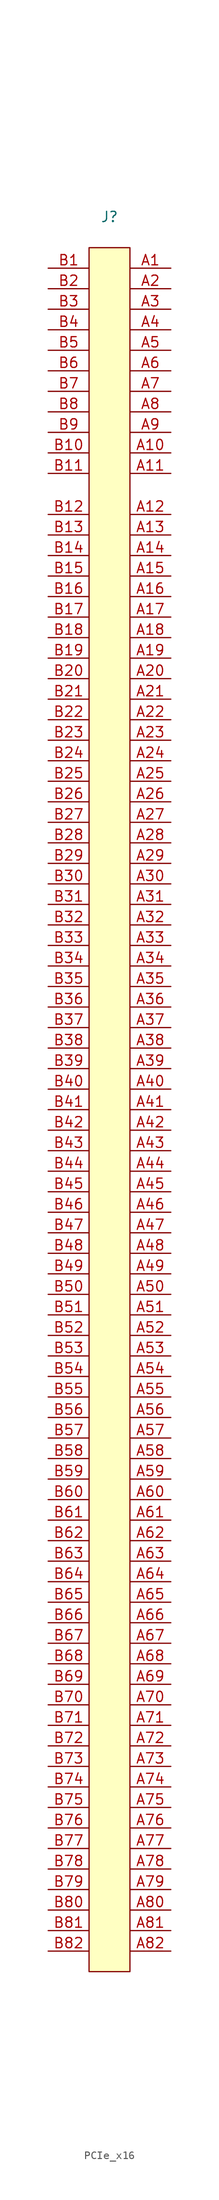
<source format=kicad_sym>
(kicad_symbol_lib
  (version 20231120)
  (generator "kicad_symbol_editor")
  (generator_version "8.0")
  (symbol "PCIe_x16"
    (property "Reference" "J"
      (at 0 3.81 0)
      (effects (font (size 1.27 1.27))))
    (property "Value" ""
      (at 0 0 0)
      (effects (font (size 1.27 1.27))))
    (symbol "PCIe_x16_1_1"
      (rectangle (start -2.54 0) (end 2.54 -213.36) (stroke (width 0) (type default)) (fill (type background)))
      (pin passive line (at 7.62 -2.54 180) (length 5.08) (name "" (effects (font (size 1.27 1.27)))) (number "A1" (effects (font (size 1.27 1.27)))))
      (pin passive line (at 7.62 -25.4 180) (length 5.08) (name "" (effects (font (size 1.27 1.27)))) (number "A10" (effects (font (size 1.27 1.27)))))
      (pin passive line (at 7.62 -27.94 180) (length 5.08) (name "" (effects (font (size 1.27 1.27)))) (number "A11" (effects (font (size 1.27 1.27)))))
      (pin passive line (at 7.62 -33.02 180) (length 5.08) (name "" (effects (font (size 1.27 1.27)))) (number "A12" (effects (font (size 1.27 1.27)))))
      (pin passive line (at 7.62 -35.56 180) (length 5.08) (name "" (effects (font (size 1.27 1.27)))) (number "A13" (effects (font (size 1.27 1.27)))))
      (pin passive line (at 7.62 -38.1 180) (length 5.08) (name "" (effects (font (size 1.27 1.27)))) (number "A14" (effects (font (size 1.27 1.27)))))
      (pin passive line (at 7.62 -40.64 180) (length 5.08) (name "" (effects (font (size 1.27 1.27)))) (number "A15" (effects (font (size 1.27 1.27)))))
      (pin passive line (at 7.62 -43.18 180) (length 5.08) (name "" (effects (font (size 1.27 1.27)))) (number "A16" (effects (font (size 1.27 1.27)))))
      (pin passive line (at 7.62 -45.72 180) (length 5.08) (name "" (effects (font (size 1.27 1.27)))) (number "A17" (effects (font (size 1.27 1.27)))))
      (pin passive line (at 7.62 -48.26 180) (length 5.08) (name "" (effects (font (size 1.27 1.27)))) (number "A18" (effects (font (size 1.27 1.27)))))
      (pin passive line (at 7.62 -50.8 180) (length 5.08) (name "" (effects (font (size 1.27 1.27)))) (number "A19" (effects (font (size 1.27 1.27)))))
      (pin passive line (at 7.62 -5.08 180) (length 5.08) (name "" (effects (font (size 1.27 1.27)))) (number "A2" (effects (font (size 1.27 1.27)))))
      (pin passive line (at 7.62 -53.34 180) (length 5.08) (name "" (effects (font (size 1.27 1.27)))) (number "A20" (effects (font (size 1.27 1.27)))))
      (pin passive line (at 7.62 -55.88 180) (length 5.08) (name "" (effects (font (size 1.27 1.27)))) (number "A21" (effects (font (size 1.27 1.27)))))
      (pin passive line (at 7.62 -58.42 180) (length 5.08) (name "" (effects (font (size 1.27 1.27)))) (number "A22" (effects (font (size 1.27 1.27)))))
      (pin passive line (at 7.62 -60.96 180) (length 5.08) (name "" (effects (font (size 1.27 1.27)))) (number "A23" (effects (font (size 1.27 1.27)))))
      (pin passive line (at 7.62 -63.5 180) (length 5.08) (name "" (effects (font (size 1.27 1.27)))) (number "A24" (effects (font (size 1.27 1.27)))))
      (pin passive line (at 7.62 -66.04 180) (length 5.08) (name "" (effects (font (size 1.27 1.27)))) (number "A25" (effects (font (size 1.27 1.27)))))
      (pin passive line (at 7.62 -68.58 180) (length 5.08) (name "" (effects (font (size 1.27 1.27)))) (number "A26" (effects (font (size 1.27 1.27)))))
      (pin passive line (at 7.62 -71.12 180) (length 5.08) (name "" (effects (font (size 1.27 1.27)))) (number "A27" (effects (font (size 1.27 1.27)))))
      (pin passive line (at 7.62 -73.66 180) (length 5.08) (name "" (effects (font (size 1.27 1.27)))) (number "A28" (effects (font (size 1.27 1.27)))))
      (pin passive line (at 7.62 -76.2 180) (length 5.08) (name "" (effects (font (size 1.27 1.27)))) (number "A29" (effects (font (size 1.27 1.27)))))
      (pin passive line (at 7.62 -7.62 180) (length 5.08) (name "" (effects (font (size 1.27 1.27)))) (number "A3" (effects (font (size 1.27 1.27)))))
      (pin passive line (at 7.62 -78.74 180) (length 5.08) (name "" (effects (font (size 1.27 1.27)))) (number "A30" (effects (font (size 1.27 1.27)))))
      (pin passive line (at 7.62 -81.28 180) (length 5.08) (name "" (effects (font (size 1.27 1.27)))) (number "A31" (effects (font (size 1.27 1.27)))))
      (pin passive line (at 7.62 -83.82 180) (length 5.08) (name "" (effects (font (size 1.27 1.27)))) (number "A32" (effects (font (size 1.27 1.27)))))
      (pin passive line (at 7.62 -86.36 180) (length 5.08) (name "" (effects (font (size 1.27 1.27)))) (number "A33" (effects (font (size 1.27 1.27)))))
      (pin passive line (at 7.62 -88.9 180) (length 5.08) (name "" (effects (font (size 1.27 1.27)))) (number "A34" (effects (font (size 1.27 1.27)))))
      (pin passive line (at 7.62 -91.44 180) (length 5.08) (name "" (effects (font (size 1.27 1.27)))) (number "A35" (effects (font (size 1.27 1.27)))))
      (pin passive line (at 7.62 -93.98 180) (length 5.08) (name "" (effects (font (size 1.27 1.27)))) (number "A36" (effects (font (size 1.27 1.27)))))
      (pin passive line (at 7.62 -96.52 180) (length 5.08) (name "" (effects (font (size 1.27 1.27)))) (number "A37" (effects (font (size 1.27 1.27)))))
      (pin passive line (at 7.62 -99.06 180) (length 5.08) (name "" (effects (font (size 1.27 1.27)))) (number "A38" (effects (font (size 1.27 1.27)))))
      (pin passive line (at 7.62 -101.6 180) (length 5.08) (name "" (effects (font (size 1.27 1.27)))) (number "A39" (effects (font (size 1.27 1.27)))))
      (pin passive line (at 7.62 -10.16 180) (length 5.08) (name "" (effects (font (size 1.27 1.27)))) (number "A4" (effects (font (size 1.27 1.27)))))
      (pin passive line (at 7.62 -104.14 180) (length 5.08) (name "" (effects (font (size 1.27 1.27)))) (number "A40" (effects (font (size 1.27 1.27)))))
      (pin passive line (at 7.62 -106.68 180) (length 5.08) (name "" (effects (font (size 1.27 1.27)))) (number "A41" (effects (font (size 1.27 1.27)))))
      (pin passive line (at 7.62 -109.22 180) (length 5.08) (name "" (effects (font (size 1.27 1.27)))) (number "A42" (effects (font (size 1.27 1.27)))))
      (pin passive line (at 7.62 -111.76 180) (length 5.08) (name "" (effects (font (size 1.27 1.27)))) (number "A43" (effects (font (size 1.27 1.27)))))
      (pin passive line (at 7.62 -114.3 180) (length 5.08) (name "" (effects (font (size 1.27 1.27)))) (number "A44" (effects (font (size 1.27 1.27)))))
      (pin passive line (at 7.62 -116.84 180) (length 5.08) (name "" (effects (font (size 1.27 1.27)))) (number "A45" (effects (font (size 1.27 1.27)))))
      (pin passive line (at 7.62 -119.38 180) (length 5.08) (name "" (effects (font (size 1.27 1.27)))) (number "A46" (effects (font (size 1.27 1.27)))))
      (pin passive line (at 7.62 -121.92 180) (length 5.08) (name "" (effects (font (size 1.27 1.27)))) (number "A47" (effects (font (size 1.27 1.27)))))
      (pin passive line (at 7.62 -124.46 180) (length 5.08) (name "" (effects (font (size 1.27 1.27)))) (number "A48" (effects (font (size 1.27 1.27)))))
      (pin passive line (at 7.62 -127 180) (length 5.08) (name "" (effects (font (size 1.27 1.27)))) (number "A49" (effects (font (size 1.27 1.27)))))
      (pin passive line (at 7.62 -12.7 180) (length 5.08) (name "" (effects (font (size 1.27 1.27)))) (number "A5" (effects (font (size 1.27 1.27)))))
      (pin passive line (at 7.62 -129.54 180) (length 5.08) (name "" (effects (font (size 1.27 1.27)))) (number "A50" (effects (font (size 1.27 1.27)))))
      (pin passive line (at 7.62 -132.08 180) (length 5.08) (name "" (effects (font (size 1.27 1.27)))) (number "A51" (effects (font (size 1.27 1.27)))))
      (pin passive line (at 7.62 -134.62 180) (length 5.08) (name "" (effects (font (size 1.27 1.27)))) (number "A52" (effects (font (size 1.27 1.27)))))
      (pin passive line (at 7.62 -137.16 180) (length 5.08) (name "" (effects (font (size 1.27 1.27)))) (number "A53" (effects (font (size 1.27 1.27)))))
      (pin passive line (at 7.62 -139.7 180) (length 5.08) (name "" (effects (font (size 1.27 1.27)))) (number "A54" (effects (font (size 1.27 1.27)))))
      (pin passive line (at 7.62 -142.24 180) (length 5.08) (name "" (effects (font (size 1.27 1.27)))) (number "A55" (effects (font (size 1.27 1.27)))))
      (pin passive line (at 7.62 -144.78 180) (length 5.08) (name "" (effects (font (size 1.27 1.27)))) (number "A56" (effects (font (size 1.27 1.27)))))
      (pin passive line (at 7.62 -147.32 180) (length 5.08) (name "" (effects (font (size 1.27 1.27)))) (number "A57" (effects (font (size 1.27 1.27)))))
      (pin passive line (at 7.62 -149.86 180) (length 5.08) (name "" (effects (font (size 1.27 1.27)))) (number "A58" (effects (font (size 1.27 1.27)))))
      (pin passive line (at 7.62 -152.4 180) (length 5.08) (name "" (effects (font (size 1.27 1.27)))) (number "A59" (effects (font (size 1.27 1.27)))))
      (pin passive line (at 7.62 -15.24 180) (length 5.08) (name "" (effects (font (size 1.27 1.27)))) (number "A6" (effects (font (size 1.27 1.27)))))
      (pin passive line (at 7.62 -154.94 180) (length 5.08) (name "" (effects (font (size 1.27 1.27)))) (number "A60" (effects (font (size 1.27 1.27)))))
      (pin passive line (at 7.62 -157.48 180) (length 5.08) (name "" (effects (font (size 1.27 1.27)))) (number "A61" (effects (font (size 1.27 1.27)))))
      (pin passive line (at 7.62 -160.02 180) (length 5.08) (name "" (effects (font (size 1.27 1.27)))) (number "A62" (effects (font (size 1.27 1.27)))))
      (pin passive line (at 7.62 -162.56 180) (length 5.08) (name "" (effects (font (size 1.27 1.27)))) (number "A63" (effects (font (size 1.27 1.27)))))
      (pin passive line (at 7.62 -165.1 180) (length 5.08) (name "" (effects (font (size 1.27 1.27)))) (number "A64" (effects (font (size 1.27 1.27)))))
      (pin passive line (at 7.62 -167.64 180) (length 5.08) (name "" (effects (font (size 1.27 1.27)))) (number "A65" (effects (font (size 1.27 1.27)))))
      (pin passive line (at 7.62 -170.18 180) (length 5.08) (name "" (effects (font (size 1.27 1.27)))) (number "A66" (effects (font (size 1.27 1.27)))))
      (pin passive line (at 7.62 -172.72 180) (length 5.08) (name "" (effects (font (size 1.27 1.27)))) (number "A67" (effects (font (size 1.27 1.27)))))
      (pin passive line (at 7.62 -175.26 180) (length 5.08) (name "" (effects (font (size 1.27 1.27)))) (number "A68" (effects (font (size 1.27 1.27)))))
      (pin passive line (at 7.62 -177.8 180) (length 5.08) (name "" (effects (font (size 1.27 1.27)))) (number "A69" (effects (font (size 1.27 1.27)))))
      (pin passive line (at 7.62 -17.78 180) (length 5.08) (name "" (effects (font (size 1.27 1.27)))) (number "A7" (effects (font (size 1.27 1.27)))))
      (pin passive line (at 7.62 -180.34 180) (length 5.08) (name "" (effects (font (size 1.27 1.27)))) (number "A70" (effects (font (size 1.27 1.27)))))
      (pin passive line (at 7.62 -182.88 180) (length 5.08) (name "" (effects (font (size 1.27 1.27)))) (number "A71" (effects (font (size 1.27 1.27)))))
      (pin passive line (at 7.62 -185.42 180) (length 5.08) (name "" (effects (font (size 1.27 1.27)))) (number "A72" (effects (font (size 1.27 1.27)))))
      (pin passive line (at 7.62 -187.96 180) (length 5.08) (name "" (effects (font (size 1.27 1.27)))) (number "A73" (effects (font (size 1.27 1.27)))))
      (pin passive line (at 7.62 -190.5 180) (length 5.08) (name "" (effects (font (size 1.27 1.27)))) (number "A74" (effects (font (size 1.27 1.27)))))
      (pin passive line (at 7.62 -193.04 180) (length 5.08) (name "" (effects (font (size 1.27 1.27)))) (number "A75" (effects (font (size 1.27 1.27)))))
      (pin passive line (at 7.62 -195.58 180) (length 5.08) (name "" (effects (font (size 1.27 1.27)))) (number "A76" (effects (font (size 1.27 1.27)))))
      (pin passive line (at 7.62 -198.12 180) (length 5.08) (name "" (effects (font (size 1.27 1.27)))) (number "A77" (effects (font (size 1.27 1.27)))))
      (pin passive line (at 7.62 -200.66 180) (length 5.08) (name "" (effects (font (size 1.27 1.27)))) (number "A78" (effects (font (size 1.27 1.27)))))
      (pin passive line (at 7.62 -203.2 180) (length 5.08) (name "" (effects (font (size 1.27 1.27)))) (number "A79" (effects (font (size 1.27 1.27)))))
      (pin passive line (at 7.62 -20.32 180) (length 5.08) (name "" (effects (font (size 1.27 1.27)))) (number "A8" (effects (font (size 1.27 1.27)))))
      (pin passive line (at 7.62 -205.74 180) (length 5.08) (name "" (effects (font (size 1.27 1.27)))) (number "A80" (effects (font (size 1.27 1.27)))))
      (pin passive line (at 7.62 -208.28 180) (length 5.08) (name "" (effects (font (size 1.27 1.27)))) (number "A81" (effects (font (size 1.27 1.27)))))
      (pin passive line (at 7.62 -210.82 180) (length 5.08) (name "" (effects (font (size 1.27 1.27)))) (number "A82" (effects (font (size 1.27 1.27)))))
      (pin passive line (at 7.62 -22.86 180) (length 5.08) (name "" (effects (font (size 1.27 1.27)))) (number "A9" (effects (font (size 1.27 1.27)))))
      (pin passive line (at -7.62 -2.54 0) (length 5.08) (name "" (effects (font (size 1.27 1.27)))) (number "B1" (effects (font (size 1.27 1.27)))))
      (pin passive line (at -7.62 -25.4 0) (length 5.08) (name "" (effects (font (size 1.27 1.27)))) (number "B10" (effects (font (size 1.27 1.27)))))
      (pin passive line (at -7.62 -27.94 0) (length 5.08) (name "" (effects (font (size 1.27 1.27)))) (number "B11" (effects (font (size 1.27 1.27)))))
      (pin passive line (at -7.62 -33.02 0) (length 5.08) (name "" (effects (font (size 1.27 1.27)))) (number "B12" (effects (font (size 1.27 1.27)))))
      (pin passive line (at -7.62 -35.56 0) (length 5.08) (name "" (effects (font (size 1.27 1.27)))) (number "B13" (effects (font (size 1.27 1.27)))))
      (pin passive line (at -7.62 -38.1 0) (length 5.08) (name "" (effects (font (size 1.27 1.27)))) (number "B14" (effects (font (size 1.27 1.27)))))
      (pin passive line (at -7.62 -40.64 0) (length 5.08) (name "" (effects (font (size 1.27 1.27)))) (number "B15" (effects (font (size 1.27 1.27)))))
      (pin passive line (at -7.62 -43.18 0) (length 5.08) (name "" (effects (font (size 1.27 1.27)))) (number "B16" (effects (font (size 1.27 1.27)))))
      (pin passive line (at -7.62 -45.72 0) (length 5.08) (name "" (effects (font (size 1.27 1.27)))) (number "B17" (effects (font (size 1.27 1.27)))))
      (pin passive line (at -7.62 -48.26 0) (length 5.08) (name "" (effects (font (size 1.27 1.27)))) (number "B18" (effects (font (size 1.27 1.27)))))
      (pin passive line (at -7.62 -50.8 0) (length 5.08) (name "" (effects (font (size 1.27 1.27)))) (number "B19" (effects (font (size 1.27 1.27)))))
      (pin passive line (at -7.62 -5.08 0) (length 5.08) (name "" (effects (font (size 1.27 1.27)))) (number "B2" (effects (font (size 1.27 1.27)))))
      (pin passive line (at -7.62 -53.34 0) (length 5.08) (name "" (effects (font (size 1.27 1.27)))) (number "B20" (effects (font (size 1.27 1.27)))))
      (pin passive line (at -7.62 -55.88 0) (length 5.08) (name "" (effects (font (size 1.27 1.27)))) (number "B21" (effects (font (size 1.27 1.27)))))
      (pin passive line (at -7.62 -58.42 0) (length 5.08) (name "" (effects (font (size 1.27 1.27)))) (number "B22" (effects (font (size 1.27 1.27)))))
      (pin passive line (at -7.62 -60.96 0) (length 5.08) (name "" (effects (font (size 1.27 1.27)))) (number "B23" (effects (font (size 1.27 1.27)))))
      (pin passive line (at -7.62 -63.5 0) (length 5.08) (name "" (effects (font (size 1.27 1.27)))) (number "B24" (effects (font (size 1.27 1.27)))))
      (pin passive line (at -7.62 -66.04 0) (length 5.08) (name "" (effects (font (size 1.27 1.27)))) (number "B25" (effects (font (size 1.27 1.27)))))
      (pin passive line (at -7.62 -68.58 0) (length 5.08) (name "" (effects (font (size 1.27 1.27)))) (number "B26" (effects (font (size 1.27 1.27)))))
      (pin passive line (at -7.62 -71.12 0) (length 5.08) (name "" (effects (font (size 1.27 1.27)))) (number "B27" (effects (font (size 1.27 1.27)))))
      (pin passive line (at -7.62 -73.66 0) (length 5.08) (name "" (effects (font (size 1.27 1.27)))) (number "B28" (effects (font (size 1.27 1.27)))))
      (pin passive line (at -7.62 -76.2 0) (length 5.08) (name "" (effects (font (size 1.27 1.27)))) (number "B29" (effects (font (size 1.27 1.27)))))
      (pin passive line (at -7.62 -7.62 0) (length 5.08) (name "" (effects (font (size 1.27 1.27)))) (number "B3" (effects (font (size 1.27 1.27)))))
      (pin passive line (at -7.62 -78.74 0) (length 5.08) (name "" (effects (font (size 1.27 1.27)))) (number "B30" (effects (font (size 1.27 1.27)))))
      (pin passive line (at -7.62 -81.28 0) (length 5.08) (name "" (effects (font (size 1.27 1.27)))) (number "B31" (effects (font (size 1.27 1.27)))))
      (pin passive line (at -7.62 -83.82 0) (length 5.08) (name "" (effects (font (size 1.27 1.27)))) (number "B32" (effects (font (size 1.27 1.27)))))
      (pin passive line (at -7.62 -86.36 0) (length 5.08) (name "" (effects (font (size 1.27 1.27)))) (number "B33" (effects (font (size 1.27 1.27)))))
      (pin passive line (at -7.62 -88.9 0) (length 5.08) (name "" (effects (font (size 1.27 1.27)))) (number "B34" (effects (font (size 1.27 1.27)))))
      (pin passive line (at -7.62 -91.44 0) (length 5.08) (name "" (effects (font (size 1.27 1.27)))) (number "B35" (effects (font (size 1.27 1.27)))))
      (pin passive line (at -7.62 -93.98 0) (length 5.08) (name "" (effects (font (size 1.27 1.27)))) (number "B36" (effects (font (size 1.27 1.27)))))
      (pin passive line (at -7.62 -96.52 0) (length 5.08) (name "" (effects (font (size 1.27 1.27)))) (number "B37" (effects (font (size 1.27 1.27)))))
      (pin passive line (at -7.62 -99.06 0) (length 5.08) (name "" (effects (font (size 1.27 1.27)))) (number "B38" (effects (font (size 1.27 1.27)))))
      (pin passive line (at -7.62 -101.6 0) (length 5.08) (name "" (effects (font (size 1.27 1.27)))) (number "B39" (effects (font (size 1.27 1.27)))))
      (pin passive line (at -7.62 -10.16 0) (length 5.08) (name "" (effects (font (size 1.27 1.27)))) (number "B4" (effects (font (size 1.27 1.27)))))
      (pin passive line (at -7.62 -104.14 0) (length 5.08) (name "" (effects (font (size 1.27 1.27)))) (number "B40" (effects (font (size 1.27 1.27)))))
      (pin passive line (at -7.62 -106.68 0) (length 5.08) (name "" (effects (font (size 1.27 1.27)))) (number "B41" (effects (font (size 1.27 1.27)))))
      (pin passive line (at -7.62 -109.22 0) (length 5.08) (name "" (effects (font (size 1.27 1.27)))) (number "B42" (effects (font (size 1.27 1.27)))))
      (pin passive line (at -7.62 -111.76 0) (length 5.08) (name "" (effects (font (size 1.27 1.27)))) (number "B43" (effects (font (size 1.27 1.27)))))
      (pin passive line (at -7.62 -114.3 0) (length 5.08) (name "" (effects (font (size 1.27 1.27)))) (number "B44" (effects (font (size 1.27 1.27)))))
      (pin passive line (at -7.62 -116.84 0) (length 5.08) (name "" (effects (font (size 1.27 1.27)))) (number "B45" (effects (font (size 1.27 1.27)))))
      (pin passive line (at -7.62 -119.38 0) (length 5.08) (name "" (effects (font (size 1.27 1.27)))) (number "B46" (effects (font (size 1.27 1.27)))))
      (pin passive line (at -7.62 -121.92 0) (length 5.08) (name "" (effects (font (size 1.27 1.27)))) (number "B47" (effects (font (size 1.27 1.27)))))
      (pin passive line (at -7.62 -124.46 0) (length 5.08) (name "" (effects (font (size 1.27 1.27)))) (number "B48" (effects (font (size 1.27 1.27)))))
      (pin passive line (at -7.62 -127 0) (length 5.08) (name "" (effects (font (size 1.27 1.27)))) (number "B49" (effects (font (size 1.27 1.27)))))
      (pin passive line (at -7.62 -12.7 0) (length 5.08) (name "" (effects (font (size 1.27 1.27)))) (number "B5" (effects (font (size 1.27 1.27)))))
      (pin passive line (at -7.62 -129.54 0) (length 5.08) (name "" (effects (font (size 1.27 1.27)))) (number "B50" (effects (font (size 1.27 1.27)))))
      (pin passive line (at -7.62 -132.08 0) (length 5.08) (name "" (effects (font (size 1.27 1.27)))) (number "B51" (effects (font (size 1.27 1.27)))))
      (pin passive line (at -7.62 -134.62 0) (length 5.08) (name "" (effects (font (size 1.27 1.27)))) (number "B52" (effects (font (size 1.27 1.27)))))
      (pin passive line (at -7.62 -137.16 0) (length 5.08) (name "" (effects (font (size 1.27 1.27)))) (number "B53" (effects (font (size 1.27 1.27)))))
      (pin passive line (at -7.62 -139.7 0) (length 5.08) (name "" (effects (font (size 1.27 1.27)))) (number "B54" (effects (font (size 1.27 1.27)))))
      (pin passive line (at -7.62 -142.24 0) (length 5.08) (name "" (effects (font (size 1.27 1.27)))) (number "B55" (effects (font (size 1.27 1.27)))))
      (pin passive line (at -7.62 -144.78 0) (length 5.08) (name "" (effects (font (size 1.27 1.27)))) (number "B56" (effects (font (size 1.27 1.27)))))
      (pin passive line (at -7.62 -147.32 0) (length 5.08) (name "" (effects (font (size 1.27 1.27)))) (number "B57" (effects (font (size 1.27 1.27)))))
      (pin passive line (at -7.62 -149.86 0) (length 5.08) (name "" (effects (font (size 1.27 1.27)))) (number "B58" (effects (font (size 1.27 1.27)))))
      (pin passive line (at -7.62 -152.4 0) (length 5.08) (name "" (effects (font (size 1.27 1.27)))) (number "B59" (effects (font (size 1.27 1.27)))))
      (pin passive line (at -7.62 -15.24 0) (length 5.08) (name "" (effects (font (size 1.27 1.27)))) (number "B6" (effects (font (size 1.27 1.27)))))
      (pin passive line (at -7.62 -154.94 0) (length 5.08) (name "" (effects (font (size 1.27 1.27)))) (number "B60" (effects (font (size 1.27 1.27)))))
      (pin passive line (at -7.62 -157.48 0) (length 5.08) (name "" (effects (font (size 1.27 1.27)))) (number "B61" (effects (font (size 1.27 1.27)))))
      (pin passive line (at -7.62 -160.02 0) (length 5.08) (name "" (effects (font (size 1.27 1.27)))) (number "B62" (effects (font (size 1.27 1.27)))))
      (pin passive line (at -7.62 -162.56 0) (length 5.08) (name "" (effects (font (size 1.27 1.27)))) (number "B63" (effects (font (size 1.27 1.27)))))
      (pin passive line (at -7.62 -165.1 0) (length 5.08) (name "" (effects (font (size 1.27 1.27)))) (number "B64" (effects (font (size 1.27 1.27)))))
      (pin passive line (at -7.62 -167.64 0) (length 5.08) (name "" (effects (font (size 1.27 1.27)))) (number "B65" (effects (font (size 1.27 1.27)))))
      (pin passive line (at -7.62 -170.18 0) (length 5.08) (name "" (effects (font (size 1.27 1.27)))) (number "B66" (effects (font (size 1.27 1.27)))))
      (pin passive line (at -7.62 -172.72 0) (length 5.08) (name "" (effects (font (size 1.27 1.27)))) (number "B67" (effects (font (size 1.27 1.27)))))
      (pin passive line (at -7.62 -175.26 0) (length 5.08) (name "" (effects (font (size 1.27 1.27)))) (number "B68" (effects (font (size 1.27 1.27)))))
      (pin passive line (at -7.62 -177.8 0) (length 5.08) (name "" (effects (font (size 1.27 1.27)))) (number "B69" (effects (font (size 1.27 1.27)))))
      (pin passive line (at -7.62 -17.78 0) (length 5.08) (name "" (effects (font (size 1.27 1.27)))) (number "B7" (effects (font (size 1.27 1.27)))))
      (pin passive line (at -7.62 -180.34 0) (length 5.08) (name "" (effects (font (size 1.27 1.27)))) (number "B70" (effects (font (size 1.27 1.27)))))
      (pin passive line (at -7.62 -182.88 0) (length 5.08) (name "" (effects (font (size 1.27 1.27)))) (number "B71" (effects (font (size 1.27 1.27)))))
      (pin passive line (at -7.62 -185.42 0) (length 5.08) (name "" (effects (font (size 1.27 1.27)))) (number "B72" (effects (font (size 1.27 1.27)))))
      (pin passive line (at -7.62 -187.96 0) (length 5.08) (name "" (effects (font (size 1.27 1.27)))) (number "B73" (effects (font (size 1.27 1.27)))))
      (pin passive line (at -7.62 -190.5 0) (length 5.08) (name "" (effects (font (size 1.27 1.27)))) (number "B74" (effects (font (size 1.27 1.27)))))
      (pin passive line (at -7.62 -193.04 0) (length 5.08) (name "" (effects (font (size 1.27 1.27)))) (number "B75" (effects (font (size 1.27 1.27)))))
      (pin passive line (at -7.62 -195.58 0) (length 5.08) (name "" (effects (font (size 1.27 1.27)))) (number "B76" (effects (font (size 1.27 1.27)))))
      (pin passive line (at -7.62 -198.12 0) (length 5.08) (name "" (effects (font (size 1.27 1.27)))) (number "B77" (effects (font (size 1.27 1.27)))))
      (pin passive line (at -7.62 -200.66 0) (length 5.08) (name "" (effects (font (size 1.27 1.27)))) (number "B78" (effects (font (size 1.27 1.27)))))
      (pin passive line (at -7.62 -203.2 0) (length 5.08) (name "" (effects (font (size 1.27 1.27)))) (number "B79" (effects (font (size 1.27 1.27)))))
      (pin passive line (at -7.62 -20.32 0) (length 5.08) (name "" (effects (font (size 1.27 1.27)))) (number "B8" (effects (font (size 1.27 1.27)))))
      (pin passive line (at -7.62 -205.74 0) (length 5.08) (name "" (effects (font (size 1.27 1.27)))) (number "B80" (effects (font (size 1.27 1.27)))))
      (pin passive line (at -7.62 -208.28 0) (length 5.08) (name "" (effects (font (size 1.27 1.27)))) (number "B81" (effects (font (size 1.27 1.27)))))
      (pin passive line (at -7.62 -210.82 0) (length 5.08) (name "" (effects (font (size 1.27 1.27)))) (number "B82" (effects (font (size 1.27 1.27)))))
      (pin passive line (at -7.62 -22.86 0) (length 5.08) (name "" (effects (font (size 1.27 1.27)))) (number "B9" (effects (font (size 1.27 1.27))))))))
</source>
